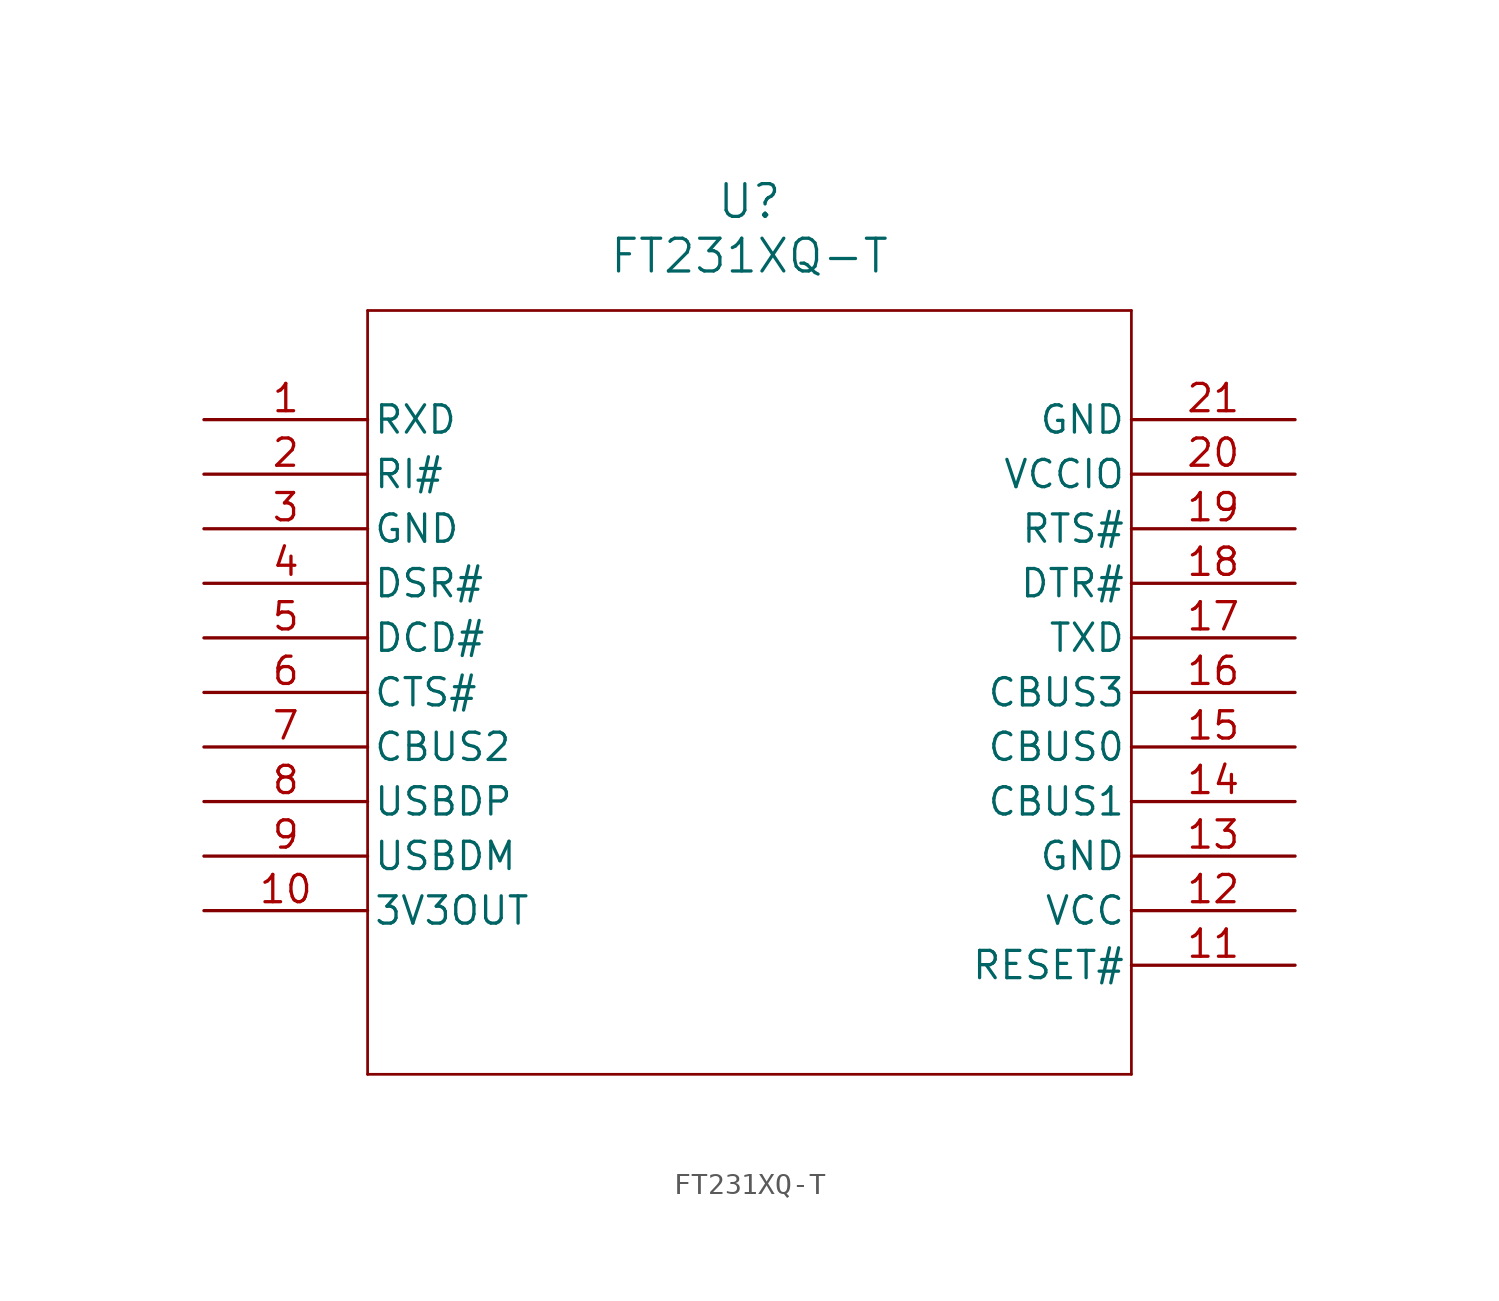
<source format=kicad_sym>
(kicad_symbol_lib
  (version 20211014)
  (generator kicad_symbol_editor)
  (symbol "FT231XQ-T"
    (pin_names
      (offset 0.254))
    (property "Reference" "U"
      (at 25.4 10.16 0)
      (effects (font (size 1.524 1.524))))
    (property "Value" "FT231XQ-T"
      (at 25.4 7.62 0)
      (effects (font (size 1.524 1.524))))
    (symbol "FT231XQ-T_0_1"
      (polyline (pts (xy 7.62 5.08) (xy 7.62 -30.48)) (stroke (width 0.127) (type default) (color 0 0 0 0)) (fill (type none)))
      (polyline (pts (xy 7.62 -30.48) (xy 43.18 -30.48)) (stroke (width 0.127) (type default) (color 0 0 0 0)) (fill (type none)))
      (polyline (pts (xy 43.18 -30.48) (xy 43.18 5.08)) (stroke (width 0.127) (type default) (color 0 0 0 0)) (fill (type none)))
      (polyline (pts (xy 43.18 5.08) (xy 7.62 5.08)) (stroke (width 0.127) (type default) (color 0 0 0 0)) (fill (type none)))
      (pin unspecified line (at 0 0 0) (length 7.62) (name "RXD" (effects (font (size 1.27 1.27)))) (number "1" (effects (font (size 1.27 1.27)))))
      (pin unspecified line (at 0 -2.54 0) (length 7.62) (name "RI#" (effects (font (size 1.27 1.27)))) (number "2" (effects (font (size 1.27 1.27)))))
      (pin power_out line (at 0 -5.08 0) (length 7.62) (name "GND" (effects (font (size 1.27 1.27)))) (number "3" (effects (font (size 1.27 1.27)))))
      (pin unspecified line (at 0 -7.62 0) (length 7.62) (name "DSR#" (effects (font (size 1.27 1.27)))) (number "4" (effects (font (size 1.27 1.27)))))
      (pin unspecified line (at 0 -10.16 0) (length 7.62) (name "DCD#" (effects (font (size 1.27 1.27)))) (number "5" (effects (font (size 1.27 1.27)))))
      (pin unspecified line (at 0 -12.7 0) (length 7.62) (name "CTS#" (effects (font (size 1.27 1.27)))) (number "6" (effects (font (size 1.27 1.27)))))
      (pin bidirectional line (at 0 -15.24 0) (length 7.62) (name "CBUS2" (effects (font (size 1.27 1.27)))) (number "7" (effects (font (size 1.27 1.27)))))
      (pin unspecified line (at 0 -17.78 0) (length 7.62) (name "USBDP" (effects (font (size 1.27 1.27)))) (number "8" (effects (font (size 1.27 1.27)))))
      (pin unspecified line (at 0 -20.32 0) (length 7.62) (name "USBDM" (effects (font (size 1.27 1.27)))) (number "9" (effects (font (size 1.27 1.27)))))
      (pin output line (at 0 -22.86 0) (length 7.62) (name "3V3OUT" (effects (font (size 1.27 1.27)))) (number "10" (effects (font (size 1.27 1.27)))))
      (pin unspecified line (at 50.8 -25.4 180) (length 7.62) (name "RESET#" (effects (font (size 1.27 1.27)))) (number "11" (effects (font (size 1.27 1.27)))))
      (pin power_in line (at 50.8 -22.86 180) (length 7.62) (name "VCC" (effects (font (size 1.27 1.27)))) (number "12" (effects (font (size 1.27 1.27)))))
      (pin power_out line (at 50.8 -20.32 180) (length 7.62) (name "GND" (effects (font (size 1.27 1.27)))) (number "13" (effects (font (size 1.27 1.27)))))
      (pin bidirectional line (at 50.8 -17.78 180) (length 7.62) (name "CBUS1" (effects (font (size 1.27 1.27)))) (number "14" (effects (font (size 1.27 1.27)))))
      (pin bidirectional line (at 50.8 -15.24 180) (length 7.62) (name "CBUS0" (effects (font (size 1.27 1.27)))) (number "15" (effects (font (size 1.27 1.27)))))
      (pin bidirectional line (at 50.8 -12.7 180) (length 7.62) (name "CBUS3" (effects (font (size 1.27 1.27)))) (number "16" (effects (font (size 1.27 1.27)))))
      (pin unspecified line (at 50.8 -10.16 180) (length 7.62) (name "TXD" (effects (font (size 1.27 1.27)))) (number "17" (effects (font (size 1.27 1.27)))))
      (pin unspecified line (at 50.8 -7.62 180) (length 7.62) (name "DTR#" (effects (font (size 1.27 1.27)))) (number "18" (effects (font (size 1.27 1.27)))))
      (pin unspecified line (at 50.8 -5.08 180) (length 7.62) (name "RTS#" (effects (font (size 1.27 1.27)))) (number "19" (effects (font (size 1.27 1.27)))))
      (pin power_in line (at 50.8 -2.54 180) (length 7.62) (name "VCCIO" (effects (font (size 1.27 1.27)))) (number "20" (effects (font (size 1.27 1.27)))))
      (pin power_out line (at 50.8 0 180) (length 7.62) (name "GND" (effects (font (size 1.27 1.27)))) (number "21" (effects (font (size 1.27 1.27))))))))
</source>
